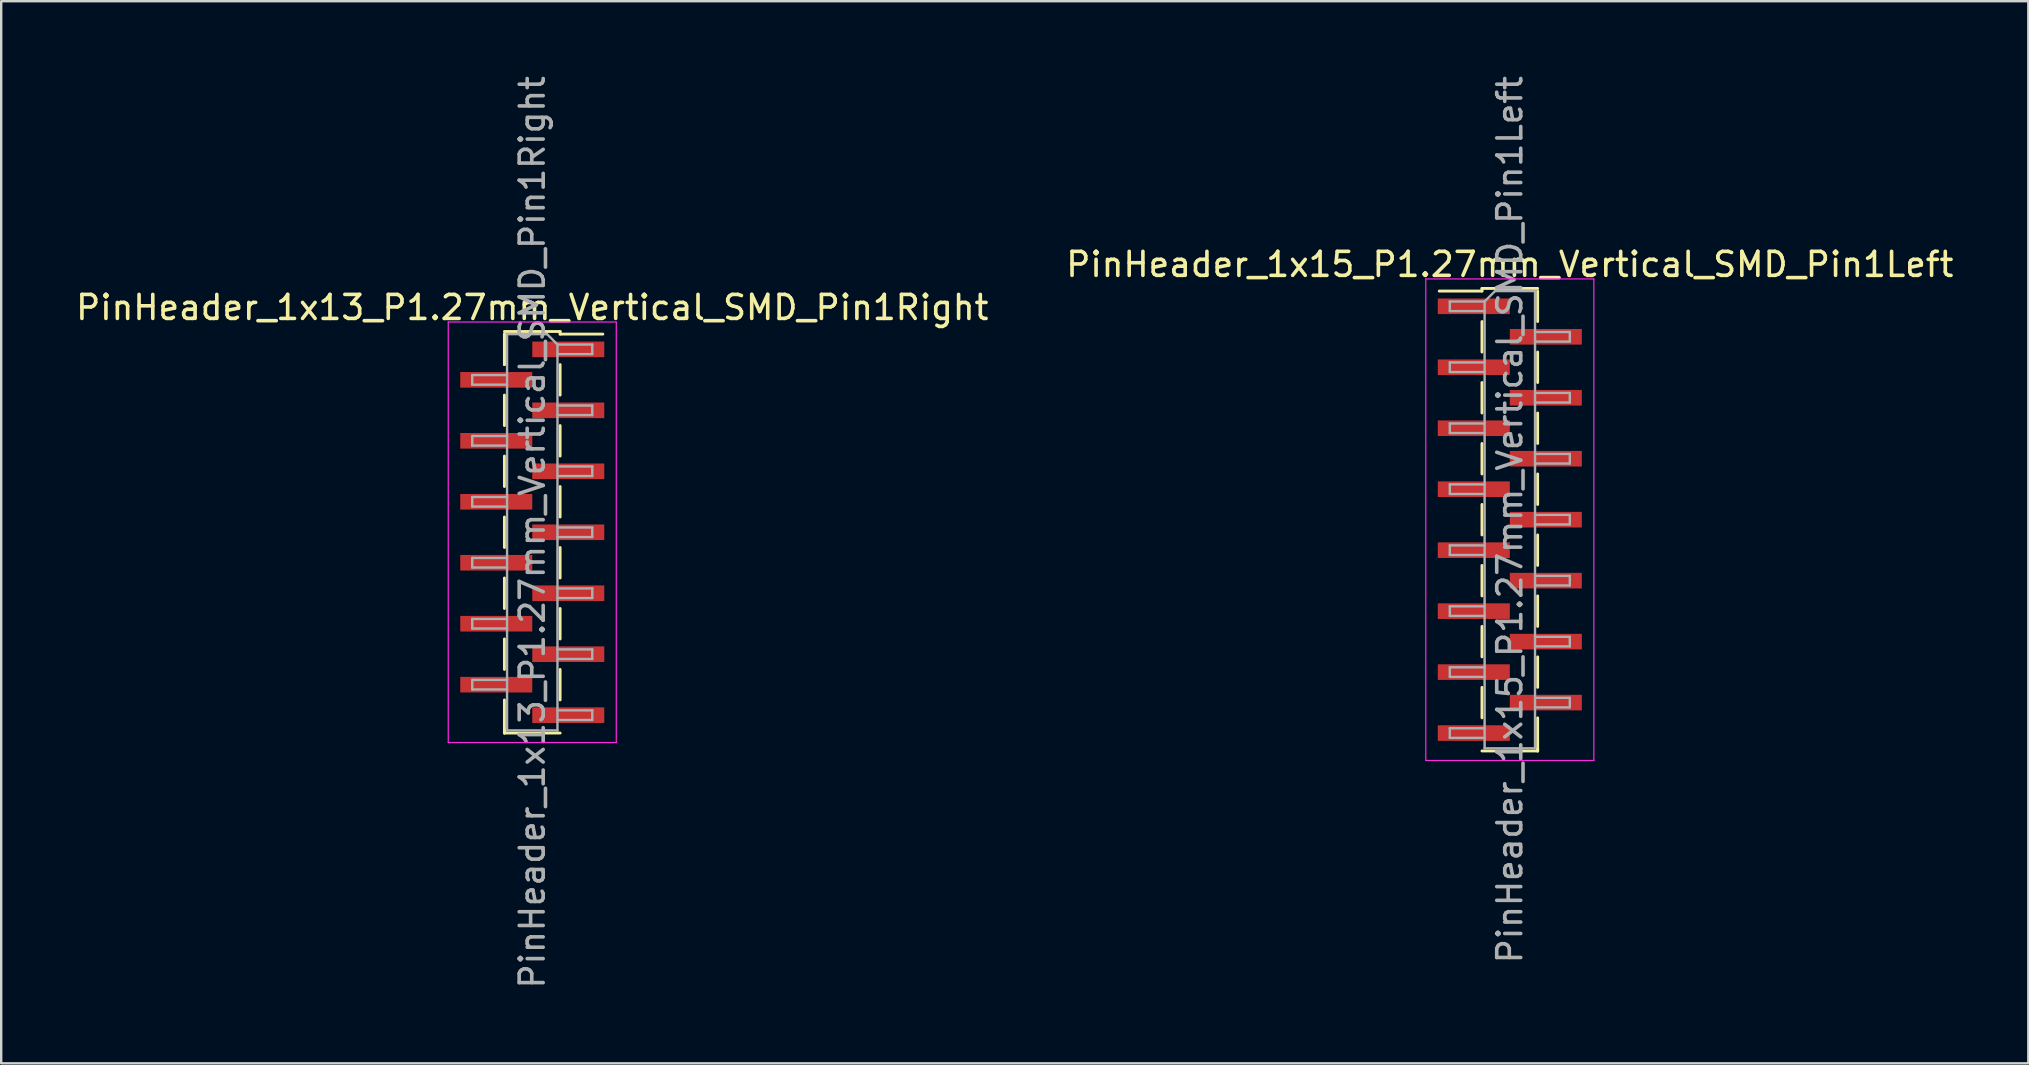
<source format=kicad_pcb>
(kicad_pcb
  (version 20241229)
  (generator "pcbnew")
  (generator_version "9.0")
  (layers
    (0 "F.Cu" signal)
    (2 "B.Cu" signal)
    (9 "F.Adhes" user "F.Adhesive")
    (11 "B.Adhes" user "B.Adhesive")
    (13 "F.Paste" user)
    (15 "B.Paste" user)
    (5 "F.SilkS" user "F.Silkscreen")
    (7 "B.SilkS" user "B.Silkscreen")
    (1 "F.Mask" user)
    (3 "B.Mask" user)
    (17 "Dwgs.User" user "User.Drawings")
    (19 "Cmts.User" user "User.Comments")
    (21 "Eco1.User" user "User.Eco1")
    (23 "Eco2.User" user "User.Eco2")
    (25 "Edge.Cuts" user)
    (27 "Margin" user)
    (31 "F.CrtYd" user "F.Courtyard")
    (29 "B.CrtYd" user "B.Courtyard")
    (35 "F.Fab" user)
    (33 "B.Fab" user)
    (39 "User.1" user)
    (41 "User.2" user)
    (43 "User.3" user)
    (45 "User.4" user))
  (footprint "PinHeader_1x13_P1.27mm_Vertical_SMD_Pin1Right"
    (layer "F.Cu")
    (at 19.125 19.125)
    (property "Reference" "PinHeader_1x13_P1.27mm_Vertical_SMD_Pin1Right" (at 0 -9.365 0) (layer "F.SilkS") (effects (font (size 1 1) (thickness 0.15))))
    (attr smd)
    (fp_line (start -1.16 -8.365) (end 1.16 -8.365) (stroke (width 0.12) (type solid)) (layer "F.SilkS"))
    (fp_line (start -1.16 -8.255) (end -1.16 -6.985) (stroke (width 0.12) (type solid)) (layer "F.SilkS"))
    (fp_line (start -1.16 -8.255) (end -1.16 -6.985) (stroke (width 0.12) (type solid)) (layer "F.SilkS"))
    (fp_line (start -1.16 -5.715) (end -1.16 -4.445) (stroke (width 0.12) (type solid)) (layer "F.SilkS"))
    (fp_line (start -1.16 -3.175) (end -1.16 -1.905) (stroke (width 0.12) (type solid)) (layer "F.SilkS"))
    (fp_line (start -1.16 -0.635) (end -1.16 0.635) (stroke (width 0.12) (type solid)) (layer "F.SilkS"))
    (fp_line (start -1.16 1.905) (end -1.16 3.175) (stroke (width 0.12) (type solid)) (layer "F.SilkS"))
    (fp_line (start -1.16 4.445) (end -1.16 5.715) (stroke (width 0.12) (type solid)) (layer "F.SilkS"))
    (fp_line (start -1.16 6.985) (end -1.16 8.365) (stroke (width 0.12) (type solid)) (layer "F.SilkS"))
    (fp_line (start -1.16 8.255) (end -1.16 8.365) (stroke (width 0.12) (type solid)) (layer "F.SilkS"))
    (fp_line (start -1.16 8.365) (end 1.16 8.365) (stroke (width 0.12) (type solid)) (layer "F.SilkS"))
    (fp_line (start 1.16 -8.365) (end 1.16 -8.255) (stroke (width 0.12) (type solid)) (layer "F.SilkS"))
    (fp_line (start 1.16 -8.255) (end 2.94 -8.255) (stroke (width 0.12) (type solid)) (layer "F.SilkS"))
    (fp_line (start 1.16 -6.985) (end 1.16 -5.715) (stroke (width 0.12) (type solid)) (layer "F.SilkS"))
    (fp_line (start 1.16 -4.445) (end 1.16 -3.175) (stroke (width 0.12) (type solid)) (layer "F.SilkS"))
    (fp_line (start 1.16 -1.905) (end 1.16 -0.635) (stroke (width 0.12) (type solid)) (layer "F.SilkS"))
    (fp_line (start 1.16 0.635) (end 1.16 1.905) (stroke (width 0.12) (type solid)) (layer "F.SilkS"))
    (fp_line (start 1.16 3.175) (end 1.16 4.445) (stroke (width 0.12) (type solid)) (layer "F.SilkS"))
    (fp_line (start 1.16 5.715) (end 1.16 6.985) (stroke (width 0.12) (type solid)) (layer "F.SilkS"))
    (fp_line (start -3.5 -8.76) (end -3.5 8.76) (stroke (width 0.05) (type solid)) (layer "F.CrtYd"))
    (fp_line (start -3.5 8.76) (end 3.5 8.76) (stroke (width 0.05) (type solid)) (layer "F.CrtYd"))
    (fp_line (start 3.5 -8.76) (end -3.5 -8.76) (stroke (width 0.05) (type solid)) (layer "F.CrtYd"))
    (fp_line (start 3.5 8.76) (end 3.5 -8.76) (stroke (width 0.05) (type solid)) (layer "F.CrtYd"))
    (fp_line (start -2.5 -6.55) (end -2.5 -6.15) (stroke (width 0.1) (type solid)) (layer "F.Fab"))
    (fp_line (start -2.5 -6.15) (end -1.05 -6.15) (stroke (width 0.1) (type solid)) (layer "F.Fab"))
    (fp_line (start -2.5 -4.01) (end -2.5 -3.61) (stroke (width 0.1) (type solid)) (layer "F.Fab"))
    (fp_line (start -2.5 -3.61) (end -1.05 -3.61) (stroke (width 0.1) (type solid)) (layer "F.Fab"))
    (fp_line (start -2.5 -1.47) (end -2.5 -1.07) (stroke (width 0.1) (type solid)) (layer "F.Fab"))
    (fp_line (start -2.5 -1.07) (end -1.05 -1.07) (stroke (width 0.1) (type solid)) (layer "F.Fab"))
    (fp_line (start -2.5 1.07) (end -2.5 1.47) (stroke (width 0.1) (type solid)) (layer "F.Fab"))
    (fp_line (start -2.5 1.47) (end -1.05 1.47) (stroke (width 0.1) (type solid)) (layer "F.Fab"))
    (fp_line (start -2.5 3.61) (end -2.5 4.01) (stroke (width 0.1) (type solid)) (layer "F.Fab"))
    (fp_line (start -2.5 4.01) (end -1.05 4.01) (stroke (width 0.1) (type solid)) (layer "F.Fab"))
    (fp_line (start -2.5 6.15) (end -2.5 6.55) (stroke (width 0.1) (type solid)) (layer "F.Fab"))
    (fp_line (start -2.5 6.55) (end -1.05 6.55) (stroke (width 0.1) (type solid)) (layer "F.Fab"))
    (fp_line (start -1.05 -8.255) (end -1.05 8.255) (stroke (width 0.1) (type solid)) (layer "F.Fab"))
    (fp_line (start -1.05 -8.255) (end 0.615 -8.255) (stroke (width 0.1) (type solid)) (layer "F.Fab"))
    (fp_line (start -1.05 -6.55) (end -2.5 -6.55) (stroke (width 0.1) (type solid)) (layer "F.Fab"))
    (fp_line (start -1.05 -4.01) (end -2.5 -4.01) (stroke (width 0.1) (type solid)) (layer "F.Fab"))
    (fp_line (start -1.05 -1.47) (end -2.5 -1.47) (stroke (width 0.1) (type solid)) (layer "F.Fab"))
    (fp_line (start -1.05 1.07) (end -2.5 1.07) (stroke (width 0.1) (type solid)) (layer "F.Fab"))
    (fp_line (start -1.05 3.61) (end -2.5 3.61) (stroke (width 0.1) (type solid)) (layer "F.Fab"))
    (fp_line (start -1.05 6.15) (end -2.5 6.15) (stroke (width 0.1) (type solid)) (layer "F.Fab"))
    (fp_line (start 1.05 -7.82) (end 0.615 -8.255) (stroke (width 0.1) (type solid)) (layer "F.Fab"))
    (fp_line (start 1.05 -7.82) (end 2.5 -7.82) (stroke (width 0.1) (type solid)) (layer "F.Fab"))
    (fp_line (start 1.05 -5.28) (end 2.5 -5.28) (stroke (width 0.1) (type solid)) (layer "F.Fab"))
    (fp_line (start 1.05 -2.74) (end 2.5 -2.74) (stroke (width 0.1) (type solid)) (layer "F.Fab"))
    (fp_line (start 1.05 -0.2) (end 2.5 -0.2) (stroke (width 0.1) (type solid)) (layer "F.Fab"))
    (fp_line (start 1.05 2.34) (end 2.5 2.34) (stroke (width 0.1) (type solid)) (layer "F.Fab"))
    (fp_line (start 1.05 4.88) (end 2.5 4.88) (stroke (width 0.1) (type solid)) (layer "F.Fab"))
    (fp_line (start 1.05 7.42) (end 2.5 7.42) (stroke (width 0.1) (type solid)) (layer "F.Fab"))
    (fp_line (start 1.05 8.255) (end -1.05 8.255) (stroke (width 0.1) (type solid)) (layer "F.Fab"))
    (fp_line (start 1.05 8.255) (end 1.05 -7.82) (stroke (width 0.1) (type solid)) (layer "F.Fab"))
    (fp_line (start 2.5 -7.82) (end 2.5 -7.42) (stroke (width 0.1) (type solid)) (layer "F.Fab"))
    (fp_line (start 2.5 -7.42) (end 1.05 -7.42) (stroke (width 0.1) (type solid)) (layer "F.Fab"))
    (fp_line (start 2.5 -5.28) (end 2.5 -4.88) (stroke (width 0.1) (type solid)) (layer "F.Fab"))
    (fp_line (start 2.5 -4.88) (end 1.05 -4.88) (stroke (width 0.1) (type solid)) (layer "F.Fab"))
    (fp_line (start 2.5 -2.74) (end 2.5 -2.34) (stroke (width 0.1) (type solid)) (layer "F.Fab"))
    (fp_line (start 2.5 -2.34) (end 1.05 -2.34) (stroke (width 0.1) (type solid)) (layer "F.Fab"))
    (fp_line (start 2.5 -0.2) (end 2.5 0.2) (stroke (width 0.1) (type solid)) (layer "F.Fab"))
    (fp_line (start 2.5 0.2) (end 1.05 0.2) (stroke (width 0.1) (type solid)) (layer "F.Fab"))
    (fp_line (start 2.5 2.34) (end 2.5 2.74) (stroke (width 0.1) (type solid)) (layer "F.Fab"))
    (fp_line (start 2.5 2.74) (end 1.05 2.74) (stroke (width 0.1) (type solid)) (layer "F.Fab"))
    (fp_line (start 2.5 4.88) (end 2.5 5.28) (stroke (width 0.1) (type solid)) (layer "F.Fab"))
    (fp_line (start 2.5 5.28) (end 1.05 5.28) (stroke (width 0.1) (type solid)) (layer "F.Fab"))
    (fp_line (start 2.5 7.42) (end 2.5 7.82) (stroke (width 0.1) (type solid)) (layer "F.Fab"))
    (fp_line (start 2.5 7.82) (end 1.05 7.82) (stroke (width 0.1) (type solid)) (layer "F.Fab"))
    (fp_text user "${REFERENCE}" (at 0 0 90) (layer "F.Fab") (effects (font (size 1 1) (thickness 0.15))))
    (pad "1" smd rect (at 1.5 -7.62) (size 3 0.65) (layers "F.Cu" "F.Mask" "F.Paste"))
    (pad "2" smd rect (at -1.5 -6.35) (size 3 0.65) (layers "F.Cu" "F.Mask" "F.Paste"))
    (pad "3" smd rect (at 1.5 -5.08) (size 3 0.65) (layers "F.Cu" "F.Mask" "F.Paste"))
    (pad "4" smd rect (at -1.5 -3.81) (size 3 0.65) (layers "F.Cu" "F.Mask" "F.Paste"))
    (pad "5" smd rect (at 1.5 -2.54) (size 3 0.65) (layers "F.Cu" "F.Mask" "F.Paste"))
    (pad "6" smd rect (at -1.5 -1.27) (size 3 0.65) (layers "F.Cu" "F.Mask" "F.Paste"))
    (pad "7" smd rect (at 1.5 0) (size 3 0.65) (layers "F.Cu" "F.Mask" "F.Paste"))
    (pad "8" smd rect (at -1.5 1.27) (size 3 0.65) (layers "F.Cu" "F.Mask" "F.Paste"))
    (pad "9" smd rect (at 1.5 2.54) (size 3 0.65) (layers "F.Cu" "F.Mask" "F.Paste"))
    (pad "10" smd rect (at -1.5 3.81) (size 3 0.65) (layers "F.Cu" "F.Mask" "F.Paste"))
    (pad "11" smd rect (at 1.5 5.08) (size 3 0.65) (layers "F.Cu" "F.Mask" "F.Paste"))
    (pad "12" smd rect (at -1.5 6.35) (size 3 0.65) (layers "F.Cu" "F.Mask" "F.Paste"))
    (pad "13" smd rect (at 1.5 7.62) (size 3 0.65) (layers "F.Cu" "F.Mask" "F.Paste")))
  (footprint "PinHeader_1x15_P1.27mm_Vertical_SMD_Pin1Left"
    (layer "F.Cu")
    (at 59.851 18.601)
    (property "Reference" "PinHeader_1x15_P1.27mm_Vertical_SMD_Pin1Left" (at 0 -10.635 0) (layer "F.SilkS") (effects (font (size 1 1) (thickness 0.15))))
    (attr smd)
    (fp_line (start -1.16 -9.635) (end -1.16 -9.525) (stroke (width 0.12) (type solid)) (layer "F.SilkS"))
    (fp_line (start -1.16 -9.635) (end 1.16 -9.635) (stroke (width 0.12) (type solid)) (layer "F.SilkS"))
    (fp_line (start -1.16 -9.525) (end -2.94 -9.525) (stroke (width 0.12) (type solid)) (layer "F.SilkS"))
    (fp_line (start -1.16 -8.255) (end -1.16 -6.985) (stroke (width 0.12) (type solid)) (layer "F.SilkS"))
    (fp_line (start -1.16 -5.715) (end -1.16 -4.445) (stroke (width 0.12) (type solid)) (layer "F.SilkS"))
    (fp_line (start -1.16 -3.175) (end -1.16 -1.905) (stroke (width 0.12) (type solid)) (layer "F.SilkS"))
    (fp_line (start -1.16 -0.635) (end -1.16 0.635) (stroke (width 0.12) (type solid)) (layer "F.SilkS"))
    (fp_line (start -1.16 1.905) (end -1.16 3.175) (stroke (width 0.12) (type solid)) (layer "F.SilkS"))
    (fp_line (start -1.16 4.445) (end -1.16 5.715) (stroke (width 0.12) (type solid)) (layer "F.SilkS"))
    (fp_line (start -1.16 6.985) (end -1.16 8.255) (stroke (width 0.12) (type solid)) (layer "F.SilkS"))
    (fp_line (start -1.16 9.635) (end 1.16 9.635) (stroke (width 0.12) (type solid)) (layer "F.SilkS"))
    (fp_line (start 1.16 -9.525) (end 1.16 -8.255) (stroke (width 0.12) (type solid)) (layer "F.SilkS"))
    (fp_line (start 1.16 -6.985) (end 1.16 -5.715) (stroke (width 0.12) (type solid)) (layer "F.SilkS"))
    (fp_line (start 1.16 -4.445) (end 1.16 -3.175) (stroke (width 0.12) (type solid)) (layer "F.SilkS"))
    (fp_line (start 1.16 -1.905) (end 1.16 -0.635) (stroke (width 0.12) (type solid)) (layer "F.SilkS"))
    (fp_line (start 1.16 0.635) (end 1.16 1.905) (stroke (width 0.12) (type solid)) (layer "F.SilkS"))
    (fp_line (start 1.16 3.175) (end 1.16 4.445) (stroke (width 0.12) (type solid)) (layer "F.SilkS"))
    (fp_line (start 1.16 5.715) (end 1.16 6.985) (stroke (width 0.12) (type solid)) (layer "F.SilkS"))
    (fp_line (start 1.16 8.255) (end 1.16 9.635) (stroke (width 0.12) (type solid)) (layer "F.SilkS"))
    (fp_line (start 1.16 9.525) (end 1.16 9.635) (stroke (width 0.12) (type solid)) (layer "F.SilkS"))
    (fp_line (start -3.5 -10.03) (end -3.5 10.03) (stroke (width 0.05) (type solid)) (layer "F.CrtYd"))
    (fp_line (start -3.5 10.03) (end 3.5 10.03) (stroke (width 0.05) (type solid)) (layer "F.CrtYd"))
    (fp_line (start 3.5 -10.03) (end -3.5 -10.03) (stroke (width 0.05) (type solid)) (layer "F.CrtYd"))
    (fp_line (start 3.5 10.03) (end 3.5 -10.03) (stroke (width 0.05) (type solid)) (layer "F.CrtYd"))
    (fp_line (start -2.5 -9.09) (end -2.5 -8.69) (stroke (width 0.1) (type solid)) (layer "F.Fab"))
    (fp_line (start -2.5 -8.69) (end -1.05 -8.69) (stroke (width 0.1) (type solid)) (layer "F.Fab"))
    (fp_line (start -2.5 -6.55) (end -2.5 -6.15) (stroke (width 0.1) (type solid)) (layer "F.Fab"))
    (fp_line (start -2.5 -6.15) (end -1.05 -6.15) (stroke (width 0.1) (type solid)) (layer "F.Fab"))
    (fp_line (start -2.5 -4.01) (end -2.5 -3.61) (stroke (width 0.1) (type solid)) (layer "F.Fab"))
    (fp_line (start -2.5 -3.61) (end -1.05 -3.61) (stroke (width 0.1) (type solid)) (layer "F.Fab"))
    (fp_line (start -2.5 -1.47) (end -2.5 -1.07) (stroke (width 0.1) (type solid)) (layer "F.Fab"))
    (fp_line (start -2.5 -1.07) (end -1.05 -1.07) (stroke (width 0.1) (type solid)) (layer "F.Fab"))
    (fp_line (start -2.5 1.07) (end -2.5 1.47) (stroke (width 0.1) (type solid)) (layer "F.Fab"))
    (fp_line (start -2.5 1.47) (end -1.05 1.47) (stroke (width 0.1) (type solid)) (layer "F.Fab"))
    (fp_line (start -2.5 3.61) (end -2.5 4.01) (stroke (width 0.1) (type solid)) (layer "F.Fab"))
    (fp_line (start -2.5 4.01) (end -1.05 4.01) (stroke (width 0.1) (type solid)) (layer "F.Fab"))
    (fp_line (start -2.5 6.15) (end -2.5 6.55) (stroke (width 0.1) (type solid)) (layer "F.Fab"))
    (fp_line (start -2.5 6.55) (end -1.05 6.55) (stroke (width 0.1) (type solid)) (layer "F.Fab"))
    (fp_line (start -2.5 8.69) (end -2.5 9.09) (stroke (width 0.1) (type solid)) (layer "F.Fab"))
    (fp_line (start -2.5 9.09) (end -1.05 9.09) (stroke (width 0.1) (type solid)) (layer "F.Fab"))
    (fp_line (start -1.05 -9.09) (end -2.5 -9.09) (stroke (width 0.1) (type solid)) (layer "F.Fab"))
    (fp_line (start -1.05 -9.09) (end -0.615 -9.525) (stroke (width 0.1) (type solid)) (layer "F.Fab"))
    (fp_line (start -1.05 -6.55) (end -2.5 -6.55) (stroke (width 0.1) (type solid)) (layer "F.Fab"))
    (fp_line (start -1.05 -4.01) (end -2.5 -4.01) (stroke (width 0.1) (type solid)) (layer "F.Fab"))
    (fp_line (start -1.05 -1.47) (end -2.5 -1.47) (stroke (width 0.1) (type solid)) (layer "F.Fab"))
    (fp_line (start -1.05 1.07) (end -2.5 1.07) (stroke (width 0.1) (type solid)) (layer "F.Fab"))
    (fp_line (start -1.05 3.61) (end -2.5 3.61) (stroke (width 0.1) (type solid)) (layer "F.Fab"))
    (fp_line (start -1.05 6.15) (end -2.5 6.15) (stroke (width 0.1) (type solid)) (layer "F.Fab"))
    (fp_line (start -1.05 8.69) (end -2.5 8.69) (stroke (width 0.1) (type solid)) (layer "F.Fab"))
    (fp_line (start -1.05 9.525) (end -1.05 -9.09) (stroke (width 0.1) (type solid)) (layer "F.Fab"))
    (fp_line (start -0.615 -9.525) (end 1.05 -9.525) (stroke (width 0.1) (type solid)) (layer "F.Fab"))
    (fp_line (start 1.05 -9.525) (end 1.05 9.525) (stroke (width 0.1) (type solid)) (layer "F.Fab"))
    (fp_line (start 1.05 -7.82) (end 2.5 -7.82) (stroke (width 0.1) (type solid)) (layer "F.Fab"))
    (fp_line (start 1.05 -5.28) (end 2.5 -5.28) (stroke (width 0.1) (type solid)) (layer "F.Fab"))
    (fp_line (start 1.05 -2.74) (end 2.5 -2.74) (stroke (width 0.1) (type solid)) (layer "F.Fab"))
    (fp_line (start 1.05 -0.2) (end 2.5 -0.2) (stroke (width 0.1) (type solid)) (layer "F.Fab"))
    (fp_line (start 1.05 2.34) (end 2.5 2.34) (stroke (width 0.1) (type solid)) (layer "F.Fab"))
    (fp_line (start 1.05 4.88) (end 2.5 4.88) (stroke (width 0.1) (type solid)) (layer "F.Fab"))
    (fp_line (start 1.05 7.42) (end 2.5 7.42) (stroke (width 0.1) (type solid)) (layer "F.Fab"))
    (fp_line (start 1.05 9.525) (end -1.05 9.525) (stroke (width 0.1) (type solid)) (layer "F.Fab"))
    (fp_line (start 2.5 -7.82) (end 2.5 -7.42) (stroke (width 0.1) (type solid)) (layer "F.Fab"))
    (fp_line (start 2.5 -7.42) (end 1.05 -7.42) (stroke (width 0.1) (type solid)) (layer "F.Fab"))
    (fp_line (start 2.5 -5.28) (end 2.5 -4.88) (stroke (width 0.1) (type solid)) (layer "F.Fab"))
    (fp_line (start 2.5 -4.88) (end 1.05 -4.88) (stroke (width 0.1) (type solid)) (layer "F.Fab"))
    (fp_line (start 2.5 -2.74) (end 2.5 -2.34) (stroke (width 0.1) (type solid)) (layer "F.Fab"))
    (fp_line (start 2.5 -2.34) (end 1.05 -2.34) (stroke (width 0.1) (type solid)) (layer "F.Fab"))
    (fp_line (start 2.5 -0.2) (end 2.5 0.2) (stroke (width 0.1) (type solid)) (layer "F.Fab"))
    (fp_line (start 2.5 0.2) (end 1.05 0.2) (stroke (width 0.1) (type solid)) (layer "F.Fab"))
    (fp_line (start 2.5 2.34) (end 2.5 2.74) (stroke (width 0.1) (type solid)) (layer "F.Fab"))
    (fp_line (start 2.5 2.74) (end 1.05 2.74) (stroke (width 0.1) (type solid)) (layer "F.Fab"))
    (fp_line (start 2.5 4.88) (end 2.5 5.28) (stroke (width 0.1) (type solid)) (layer "F.Fab"))
    (fp_line (start 2.5 5.28) (end 1.05 5.28) (stroke (width 0.1) (type solid)) (layer "F.Fab"))
    (fp_line (start 2.5 7.42) (end 2.5 7.82) (stroke (width 0.1) (type solid)) (layer "F.Fab"))
    (fp_line (start 2.5 7.82) (end 1.05 7.82) (stroke (width 0.1) (type solid)) (layer "F.Fab"))
    (fp_text user "${REFERENCE}" (at 0 0 90) (layer "F.Fab") (effects (font (size 1 1) (thickness 0.15))))
    (pad "1" smd rect (at -1.5 -8.89) (size 3 0.65) (layers "F.Cu" "F.Mask" "F.Paste"))
    (pad "2" smd rect (at 1.5 -7.62) (size 3 0.65) (layers "F.Cu" "F.Mask" "F.Paste"))
    (pad "3" smd rect (at -1.5 -6.35) (size 3 0.65) (layers "F.Cu" "F.Mask" "F.Paste"))
    (pad "4" smd rect (at 1.5 -5.08) (size 3 0.65) (layers "F.Cu" "F.Mask" "F.Paste"))
    (pad "5" smd rect (at -1.5 -3.81) (size 3 0.65) (layers "F.Cu" "F.Mask" "F.Paste"))
    (pad "6" smd rect (at 1.5 -2.54) (size 3 0.65) (layers "F.Cu" "F.Mask" "F.Paste"))
    (pad "7" smd rect (at -1.5 -1.27) (size 3 0.65) (layers "F.Cu" "F.Mask" "F.Paste"))
    (pad "8" smd rect (at 1.5 0) (size 3 0.65) (layers "F.Cu" "F.Mask" "F.Paste"))
    (pad "9" smd rect (at -1.5 1.27) (size 3 0.65) (layers "F.Cu" "F.Mask" "F.Paste"))
    (pad "10" smd rect (at 1.5 2.54) (size 3 0.65) (layers "F.Cu" "F.Mask" "F.Paste"))
    (pad "11" smd rect (at -1.5 3.81) (size 3 0.65) (layers "F.Cu" "F.Mask" "F.Paste"))
    (pad "12" smd rect (at 1.5 5.08) (size 3 0.65) (layers "F.Cu" "F.Mask" "F.Paste"))
    (pad "13" smd rect (at -1.5 6.35) (size 3 0.65) (layers "F.Cu" "F.Mask" "F.Paste"))
    (pad "14" smd rect (at 1.5 7.62) (size 3 0.65) (layers "F.Cu" "F.Mask" "F.Paste"))
    (pad "15" smd rect (at -1.5 8.89) (size 3 0.65) (layers "F.Cu" "F.Mask" "F.Paste")))
  (gr_rect
    (start -3 -3)
    (end 81.452 41.25)
    (stroke (width 0.1) (type default))
    (fill no)
    (layer "Edge.Cuts")))
</source>
